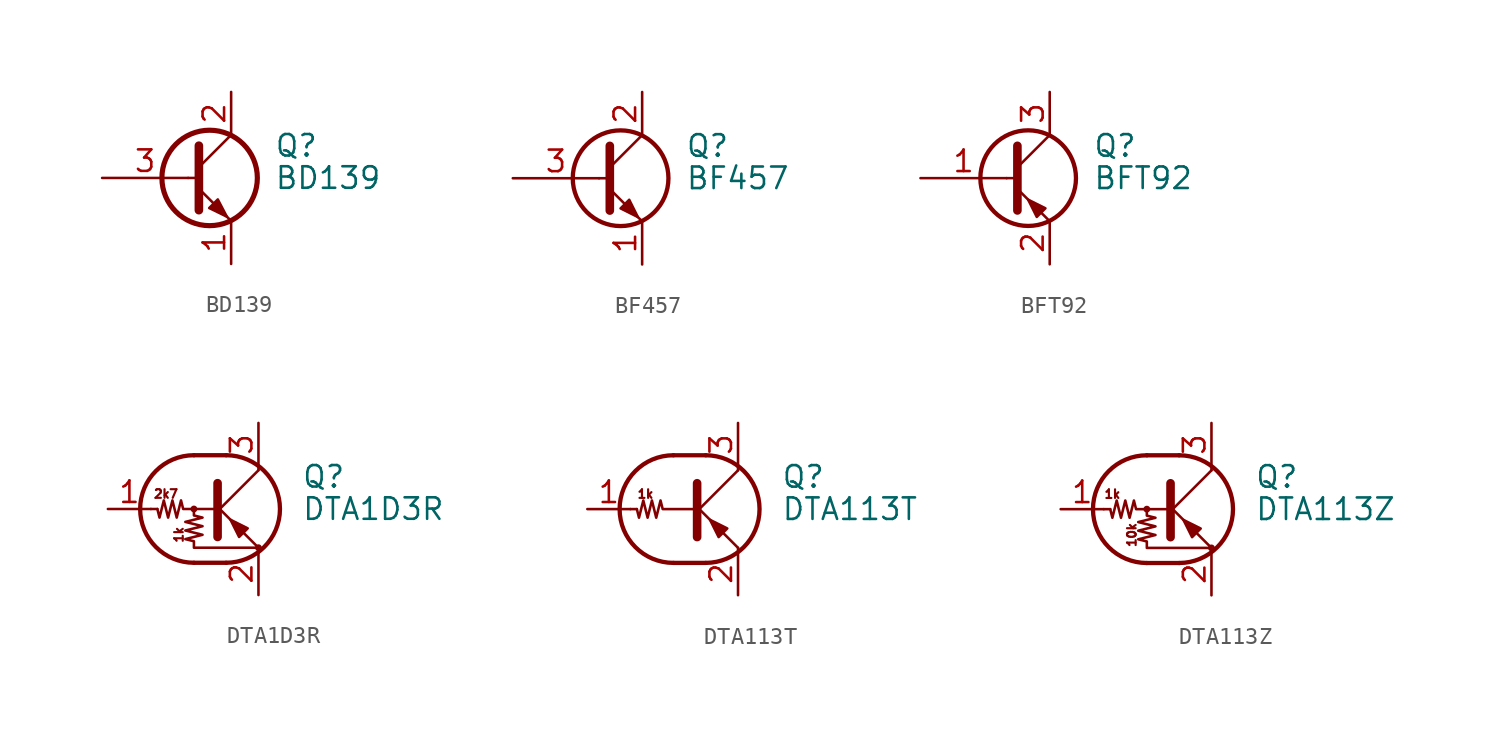
<source format=kicad_sym>
(kicad_symbol_lib
  (version 20231120)
  (generator "kicad_symbol_editor")
  (generator_version "8.0")
  (symbol "BD139"
    (pin_names
      (offset 0) hide)
    (property "Reference" "Q"
      (at 5.08 1.905 0)
      (effects (font (size 1.27 1.27)) (justify left)))
    (property "Value" "BD139"
      (at 5.08 0 0)
      (effects (font (size 1.27 1.27)) (justify left)))
    (symbol "BD139_0_1"
      (polyline (pts (xy 0 0) (xy 0.635 0)) (stroke (width 0) (type default)) (fill (type none)))
      (polyline (pts (xy 2.54 -2.54) (xy 0.635 -0.635)) (stroke (width 0) (type default)) (fill (type none)))
      (polyline (pts (xy 2.54 2.54) (xy 0.635 0.635)) (stroke (width 0) (type default)) (fill (type none)))
      (polyline (pts (xy 0.635 1.905) (xy 0.635 -1.905) (xy 0.635 -1.905)) (stroke (width 0.508) (type default)) (fill (type outline)))
      (polyline (pts (xy 1.245 -1.778) (xy 1.753 -1.27) (xy 2.286 -2.286) (xy 1.245 -1.778) (xy 1.245 -1.778)) (stroke (width 0) (type default)) (fill (type outline)))
      (circle (center 1.27 0) (radius 2.819) (stroke (width 0.305) (type default)) (fill (type none))))
    (symbol "BD139_1_1"
      (pin passive line (at 2.54 -5.08 90) (length 2.54) (name "E" (effects (font (size 1.27 1.27)))) (number "1" (effects (font (size 1.27 1.27)))))
      (pin passive line (at 2.54 5.08 270) (length 2.54) (name "C" (effects (font (size 1.27 1.27)))) (number "2" (effects (font (size 1.27 1.27)))))
      (pin input line (at -5.08 0 0) (length 5.08) (name "B" (effects (font (size 1.27 1.27)))) (number "3" (effects (font (size 1.27 1.27)))))))
  (symbol "BF457"
    (pin_names
      (offset 0) hide)
    (property "Reference" "Q"
      (at 5.08 1.905 0)
      (effects (font (size 1.27 1.27)) (justify left)))
    (property "Value" "BF457"
      (at 5.08 0 0)
      (effects (font (size 1.27 1.27)) (justify left)))
    (symbol "BF457_0_1"
      (polyline (pts (xy 0 0) (xy 0.635 0)) (stroke (width 0) (type default)) (fill (type none)))
      (polyline (pts (xy 0.635 0.635) (xy 2.54 2.54)) (stroke (width 0) (type default)) (fill (type none)))
      (polyline (pts (xy 0.635 -0.635) (xy 2.54 -2.54) (xy 2.54 -2.54)) (stroke (width 0) (type default)) (fill (type none)))
      (polyline (pts (xy 0.635 1.905) (xy 0.635 -1.905) (xy 0.635 -1.905)) (stroke (width 0.508) (type default)) (fill (type none)))
      (polyline (pts (xy 1.27 -1.778) (xy 1.778 -1.27) (xy 2.286 -2.286) (xy 1.27 -1.778) (xy 1.27 -1.778)) (stroke (width 0) (type default)) (fill (type outline)))
      (circle (center 1.27 0) (radius 2.819) (stroke (width 0.254) (type default)) (fill (type none))))
    (symbol "BF457_1_1"
      (pin passive line (at 2.54 -5.08 90) (length 2.54) (name "E" (effects (font (size 1.27 1.27)))) (number "1" (effects (font (size 1.27 1.27)))))
      (pin passive line (at 2.54 5.08 270) (length 2.54) (name "C" (effects (font (size 1.27 1.27)))) (number "2" (effects (font (size 1.27 1.27)))))
      (pin input line (at -5.08 0 0) (length 5.08) (name "B" (effects (font (size 1.27 1.27)))) (number "3" (effects (font (size 1.27 1.27)))))))
  (symbol "BFT92"
    (pin_names
      (offset 0) hide)
    (property "Reference" "Q"
      (at 5.08 1.905 0)
      (effects (font (size 1.27 1.27)) (justify left)))
    (property "Value" "BFT92"
      (at 5.08 0 0)
      (effects (font (size 1.27 1.27)) (justify left)))
    (symbol "BFT92_0_1"
      (polyline (pts (xy 0 0) (xy 0.635 0)) (stroke (width 0) (type default)) (fill (type none)))
      (polyline (pts (xy 0.635 0.635) (xy 2.54 2.54)) (stroke (width 0) (type default)) (fill (type none)))
      (polyline (pts (xy 2.54 -2.54) (xy 0.635 -0.635)) (stroke (width 0) (type default)) (fill (type none)))
      (polyline (pts (xy 0.635 1.905) (xy 0.635 0) (xy 0.635 -1.905) (xy 0.635 -1.905)) (stroke (width 0.508) (type default)) (fill (type none)))
      (polyline (pts (xy 1.27 -1.27) (xy 1.778 -2.286) (xy 2.286 -1.778) (xy 1.27 -1.27) (xy 1.27 -1.27)) (stroke (width 0) (type default)) (fill (type outline)))
      (circle (center 1.27 0) (radius 2.819) (stroke (width 0.254) (type default)) (fill (type none))))
    (symbol "BFT92_1_1"
      (pin input line (at -5.08 0 0) (length 5.08) (name "B" (effects (font (size 1.27 1.27)))) (number "1" (effects (font (size 1.27 1.27)))))
      (pin passive line (at 2.54 -5.08 90) (length 2.54) (name "E" (effects (font (size 1.27 1.27)))) (number "2" (effects (font (size 1.27 1.27)))))
      (pin passive line (at 2.54 5.08 270) (length 2.54) (name "C" (effects (font (size 1.27 1.27)))) (number "3" (effects (font (size 1.27 1.27)))))))
  (symbol "DTA1D3R"
    (pin_names
      (offset 0) hide)
    (property "Reference" "Q"
      (at 5.08 1.905 0)
      (effects (font (size 1.27 1.27)) (justify left)))
    (property "Value" "DTA1D3R"
      (at 5.08 0 0)
      (effects (font (size 1.27 1.27)) (justify left)))
    (symbol "DTA1D3R_0_0"
      (text "1k" (at -2.159 -1.524 900) (effects (font (size 0.508 0.508))))
      (text "2k7" (at -2.921 0.889 0) (effects (font (size 0.508 0.508)))))
    (symbol "DTA1D3R_0_1"
      (circle (center -1.27 0) (radius 0.127) (stroke (width 0) (type default)) (fill (type none)))
      (arc (start -1.27 3.175) (mid -4.4312 0) (end -1.27 -3.175) (stroke (width 0.254) (type default)) (fill (type none)))
      (polyline (pts (xy -3.429 0) (xy -3.81 0)) (stroke (width 0) (type default)) (fill (type none)))
      (polyline (pts (xy -1.27 -3.175) (xy 0.635 -3.175)) (stroke (width 0.254) (type default)) (fill (type none)))
      (polyline (pts (xy -1.27 3.175) (xy 0.635 3.175)) (stroke (width 0.254) (type default)) (fill (type none)))
      (polyline (pts (xy 0 -0.254) (xy 2.54 2.286)) (stroke (width 0) (type default)) (fill (type none)))
      (polyline (pts (xy 0.127 1.524) (xy 0.127 -1.651)) (stroke (width 0.508) (type default)) (fill (type outline)))
      (polyline (pts (xy 2.54 2.286) (xy 2.54 2.54)) (stroke (width 0) (type default)) (fill (type none)))
      (polyline (pts (xy 2.54 -2.286) (xy 0 0.254) (xy 0 0.254)) (stroke (width 0) (type default)) (fill (type none)))
      (polyline (pts (xy 1.397 -1.651) (xy 1.905 -1.143) (xy 0.889 -0.635) (xy 1.397 -1.651)) (stroke (width 0) (type default)) (fill (type outline)))
      (polyline (pts (xy 0 0) (xy -1.905 0) (xy -2.032 0.508) (xy -2.286 -0.508) (xy -2.54 0.508) (xy -2.794 -0.508) (xy -3.048 0.508) (xy -3.302 -0.508) (xy -3.429 0)) (stroke (width 0) (type default)) (fill (type none)))
      (polyline (pts (xy -1.27 0) (xy -1.27 -0.381) (xy -0.762 -0.508) (xy -1.778 -0.762) (xy -0.762 -1.016) (xy -1.778 -1.27) (xy -0.762 -1.524) (xy -1.778 -1.778) (xy -1.27 -1.905) (xy -1.27 -2.286) (xy 2.54 -2.286)) (stroke (width 0) (type default)) (fill (type none)))
      (arc (start 0.635 -3.175) (mid 3.7962 0) (end 0.635 3.175) (stroke (width 0.254) (type default)) (fill (type none)))
      (circle (center 2.54 -2.286) (radius 0.127) (stroke (width 0) (type default)) (fill (type none))))
    (symbol "DTA1D3R_1_1"
      (pin input line (at -6.35 0 0) (length 2.54) (name "B" (effects (font (size 1.27 1.27)))) (number "1" (effects (font (size 1.27 1.27)))))
      (pin passive line (at 2.54 -5.08 90) (length 2.54) (name "E" (effects (font (size 1.27 1.27)))) (number "2" (effects (font (size 1.27 1.27)))))
      (pin passive line (at 2.54 5.08 270) (length 2.54) (name "C" (effects (font (size 1.27 1.27)))) (number "3" (effects (font (size 1.27 1.27)))))))
  (symbol "DTA113T"
    (pin_names
      (offset 0) hide)
    (property "Reference" "Q"
      (at 5.08 1.905 0)
      (effects (font (size 1.27 1.27)) (justify left)))
    (property "Value" "DTA113T"
      (at 5.08 0 0)
      (effects (font (size 1.27 1.27)) (justify left)))
    (symbol "DTA113T_0_0"
      (polyline (pts (xy 2.54 -2.286) (xy 2.54 -2.54)) (stroke (width 0) (type default)) (fill (type none)))
      (text "1k" (at -2.921 0.889 0) (effects (font (size 0.508 0.508)))))
    (symbol "DTA113T_0_1"
      (arc (start -1.27 3.175) (mid -4.4312 0) (end -1.27 -3.175) (stroke (width 0.254) (type default)) (fill (type none)))
      (polyline (pts (xy -3.429 0) (xy -3.81 0)) (stroke (width 0) (type default)) (fill (type none)))
      (polyline (pts (xy -1.27 -3.175) (xy 0.635 -3.175)) (stroke (width 0.254) (type default)) (fill (type none)))
      (polyline (pts (xy -1.27 3.175) (xy 0.635 3.175)) (stroke (width 0.254) (type default)) (fill (type none)))
      (polyline (pts (xy 0 -0.254) (xy 2.54 2.286)) (stroke (width 0) (type default)) (fill (type none)))
      (polyline (pts (xy 0.127 1.524) (xy 0.127 -1.651)) (stroke (width 0.508) (type default)) (fill (type outline)))
      (polyline (pts (xy 2.54 2.286) (xy 2.54 2.54)) (stroke (width 0) (type default)) (fill (type none)))
      (polyline (pts (xy 2.54 -2.286) (xy 0 0.254) (xy 0 0.254)) (stroke (width 0) (type default)) (fill (type none)))
      (polyline (pts (xy 1.397 -1.651) (xy 1.905 -1.143) (xy 0.889 -0.635) (xy 1.397 -1.651)) (stroke (width 0) (type default)) (fill (type outline)))
      (polyline (pts (xy 0 0) (xy -1.905 0) (xy -2.032 0.508) (xy -2.286 -0.508) (xy -2.54 0.508) (xy -2.794 -0.508) (xy -3.048 0.508) (xy -3.302 -0.508) (xy -3.429 0)) (stroke (width 0) (type default)) (fill (type none)))
      (arc (start 0.635 -3.175) (mid 3.7962 0) (end 0.635 3.175) (stroke (width 0.254) (type default)) (fill (type none))))
    (symbol "DTA113T_1_1"
      (pin input line (at -6.35 0 0) (length 2.54) (name "B" (effects (font (size 1.27 1.27)))) (number "1" (effects (font (size 1.27 1.27)))))
      (pin passive line (at 2.54 -5.08 90) (length 2.54) (name "E" (effects (font (size 1.27 1.27)))) (number "2" (effects (font (size 1.27 1.27)))))
      (pin passive line (at 2.54 5.08 270) (length 2.54) (name "C" (effects (font (size 1.27 1.27)))) (number "3" (effects (font (size 1.27 1.27)))))))
  (symbol "DTA113Z"
    (pin_names
      (offset 0) hide)
    (property "Reference" "Q"
      (at 5.08 1.905 0)
      (effects (font (size 1.27 1.27)) (justify left)))
    (property "Value" "DTA113Z"
      (at 5.08 0 0)
      (effects (font (size 1.27 1.27)) (justify left)))
    (symbol "DTA113Z_0_0"
      (text "10k" (at -2.159 -1.524 900) (effects (font (size 0.508 0.508))))
      (text "1k" (at -3.302 0.889 0) (effects (font (size 0.508 0.508)))))
    (symbol "DTA113Z_0_1"
      (circle (center -1.27 0) (radius 0.127) (stroke (width 0) (type default)) (fill (type none)))
      (arc (start -1.27 3.175) (mid -4.4312 0) (end -1.27 -3.175) (stroke (width 0.254) (type default)) (fill (type none)))
      (polyline (pts (xy -3.429 0) (xy -3.81 0)) (stroke (width 0) (type default)) (fill (type none)))
      (polyline (pts (xy -1.27 -3.175) (xy 0.635 -3.175)) (stroke (width 0.254) (type default)) (fill (type none)))
      (polyline (pts (xy -1.27 3.175) (xy 0.635 3.175)) (stroke (width 0.254) (type default)) (fill (type none)))
      (polyline (pts (xy 0 -0.254) (xy 2.54 2.286)) (stroke (width 0) (type default)) (fill (type none)))
      (polyline (pts (xy 0.127 1.524) (xy 0.127 -1.651)) (stroke (width 0.508) (type default)) (fill (type outline)))
      (polyline (pts (xy 2.54 2.286) (xy 2.54 2.54)) (stroke (width 0) (type default)) (fill (type none)))
      (polyline (pts (xy 2.54 -2.286) (xy 0 0.254) (xy 0 0.254)) (stroke (width 0) (type default)) (fill (type none)))
      (polyline (pts (xy 1.397 -1.651) (xy 1.905 -1.143) (xy 0.889 -0.635) (xy 1.397 -1.651)) (stroke (width 0) (type default)) (fill (type outline)))
      (polyline (pts (xy 0 0) (xy -1.905 0) (xy -2.032 0.508) (xy -2.286 -0.508) (xy -2.54 0.508) (xy -2.794 -0.508) (xy -3.048 0.508) (xy -3.302 -0.508) (xy -3.429 0)) (stroke (width 0) (type default)) (fill (type none)))
      (polyline (pts (xy -1.27 0) (xy -1.27 -0.381) (xy -0.762 -0.508) (xy -1.778 -0.762) (xy -0.762 -1.016) (xy -1.778 -1.27) (xy -0.762 -1.524) (xy -1.778 -1.778) (xy -1.27 -1.905) (xy -1.27 -2.286) (xy 2.54 -2.286)) (stroke (width 0) (type default)) (fill (type none)))
      (arc (start 0.635 -3.175) (mid 3.7962 0) (end 0.635 3.175) (stroke (width 0.254) (type default)) (fill (type none)))
      (circle (center 2.54 -2.286) (radius 0.127) (stroke (width 0) (type default)) (fill (type none))))
    (symbol "DTA113Z_1_1"
      (pin input line (at -6.35 0 0) (length 2.54) (name "B" (effects (font (size 1.27 1.27)))) (number "1" (effects (font (size 1.27 1.27)))))
      (pin passive line (at 2.54 -5.08 90) (length 2.54) (name "E" (effects (font (size 1.27 1.27)))) (number "2" (effects (font (size 1.27 1.27)))))
      (pin passive line (at 2.54 5.08 270) (length 2.54) (name "C" (effects (font (size 1.27 1.27)))) (number "3" (effects (font (size 1.27 1.27))))))))
</source>
